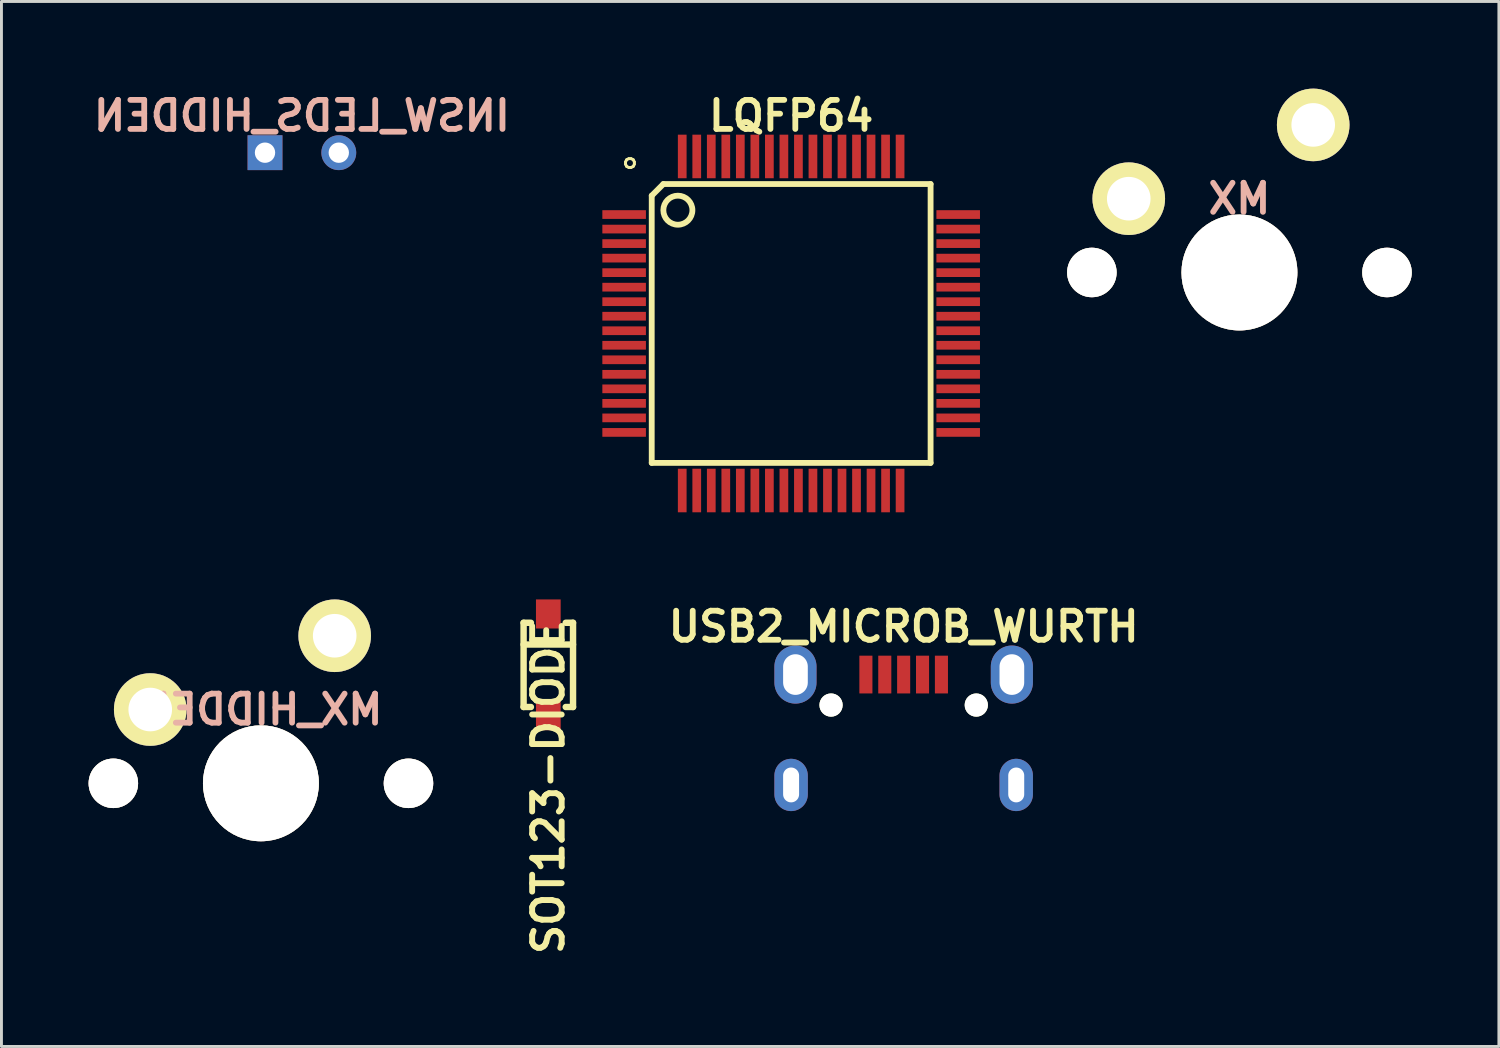
<source format=kicad_pcb>
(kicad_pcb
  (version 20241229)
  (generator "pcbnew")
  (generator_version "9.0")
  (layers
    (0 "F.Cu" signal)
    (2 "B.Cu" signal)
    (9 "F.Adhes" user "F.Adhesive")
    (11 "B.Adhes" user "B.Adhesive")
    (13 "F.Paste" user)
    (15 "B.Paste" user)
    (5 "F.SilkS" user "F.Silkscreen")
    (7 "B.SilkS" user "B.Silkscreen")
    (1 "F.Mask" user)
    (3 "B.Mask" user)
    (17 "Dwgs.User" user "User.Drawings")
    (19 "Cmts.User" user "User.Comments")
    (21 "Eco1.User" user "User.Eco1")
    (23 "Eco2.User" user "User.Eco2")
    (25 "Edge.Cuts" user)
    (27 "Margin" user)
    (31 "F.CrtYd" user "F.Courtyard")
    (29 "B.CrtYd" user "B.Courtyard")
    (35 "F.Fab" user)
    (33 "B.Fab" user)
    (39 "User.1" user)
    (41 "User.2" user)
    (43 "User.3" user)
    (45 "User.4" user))
  (footprint "MX"
    (layer "F.Cu")
    (at 39.618 6.33)
    (property "Reference" "MX" (at 0 -2.54 0) (layer "B.SilkS") (effects (font (size 1 1) (thickness 0.2)) (justify mirror)))
    (attr through_hole)
    (pad "" np_thru_hole circle (at -5.08 0) (size 1.704 1.704) (drill 1.702) (layers "*.Cu" "*.Mask" "F.SilkS"))
    (pad "" np_thru_hole circle (at 0 0) (size 3.99 3.99) (drill 3.988) (layers "*.Cu" "*.Mask" "F.SilkS"))
    (pad "" np_thru_hole circle (at 5.08 0) (size 1.704 1.704) (drill 1.702) (layers "*.Cu" "*.Mask" "F.SilkS"))
    (pad "1" thru_hole circle (at -3.81 -2.54) (size 2.499 2.499) (drill 1.501) (layers "*.Cu" "*.Mask" "F.SilkS"))
    (pad "2" thru_hole circle (at 2.54 -5.08) (size 2.499 2.499) (drill 1.501) (layers "*.Cu" "*.Mask" "F.SilkS")))
  (footprint "USB2_MICROB_WURTH"
    (layer "F.Cu")
    (at 28.059 25.772)
    (property "Reference" "USB2_MICROB_WURTH" (at 0 -7.25 0) (layer "F.SilkS") (effects (font (size 1 1) (thickness 0.2))))
    (attr smd)
    (pad "" thru_hole oval (at -3.875 -1.8) (size 1.15 1.8) (drill oval 0.55 1.2) (layers "*.Cu" "*.Mask" "F.Paste"))
    (pad "" thru_hole oval (at -3.725 -5.6) (size 1.45 2) (drill oval 0.85 1.4) (layers "*.Cu" "*.Mask" "F.Paste"))
    (pad "" np_thru_hole circle (at -2.5 -4.55) (size 0.8 0.8) (drill 0.8) (layers "*.Cu" "*.Mask" "F.SilkS"))
    (pad "" np_thru_hole circle (at 2.5 -4.55) (size 0.8 0.8) (drill 0.8) (layers "*.Cu" "*.Mask" "F.SilkS"))
    (pad "" thru_hole oval (at 3.725 -5.6) (size 1.45 2) (drill oval 0.85 1.4) (layers "*.Cu" "*.Mask" "F.Paste"))
    (pad "" thru_hole oval (at 3.875 -1.8) (size 1.15 1.8) (drill oval 0.55 1.2) (layers "*.Cu" "*.Mask" "F.Paste"))
    (pad "1" smd rect (at -1.3 -5.6) (size 0.45 1.3) (layers "F.Cu" "F.Mask" "F.Paste"))
    (pad "2" smd rect (at -0.65 -5.6) (size 0.45 1.3) (layers "F.Cu" "F.Mask" "F.Paste"))
    (pad "3" smd rect (at 0 -5.6) (size 0.45 1.3) (layers "F.Cu" "F.Mask" "F.Paste"))
    (pad "4" smd rect (at 0.65 -5.6) (size 0.45 1.3) (layers "F.Cu" "F.Mask" "F.Paste"))
    (pad "5" smd rect (at 1.3 -5.6) (size 0.45 1.3) (layers "F.Cu" "F.Mask" "F.Paste")))
  (footprint "MX_HIDDEN"
    (layer "F.Cu")
    (at 5.932 23.916)
    (property "Reference" "MX_HIDDEN" (at 0 -2.54 0) (layer "B.SilkS") (effects (font (size 1 1) (thickness 0.2)) (justify mirror)))
    (attr through_hole)
    (pad "" np_thru_hole circle (at -5.08 0) (size 1.704 1.704) (drill 1.702) (layers "*.Cu" "*.Mask" "F.SilkS"))
    (pad "" np_thru_hole circle (at 0 0) (size 3.99 3.99) (drill 3.988) (layers "*.Cu" "*.Mask" "F.SilkS"))
    (pad "" np_thru_hole circle (at 5.08 0) (size 1.704 1.704) (drill 1.702) (layers "*.Cu" "*.Mask" "F.SilkS"))
    (pad "1" thru_hole circle (at -3.81 -2.54) (size 2.499 2.499) (drill 1.501) (layers "*.Cu" "*.Mask" "F.SilkS"))
    (pad "2" thru_hole circle (at 2.54 -5.08) (size 2.499 2.499) (drill 1.501) (layers "*.Cu" "*.Mask" "F.SilkS")))
  (footprint "SOT123-DIODE"
    (layer "F.Cu")
    (at 15.826 19.839)
    (property "Reference" "SOT123-DIODE" (at 0 4.2 90) (layer "F.SilkS") (effects (font (size 1.016 1.016) (thickness 0.203))))
    (attr through_hole)
    (fp_line (start -0.851 -1.45) (end -0.599 -1.45) (stroke (width 0.221) (type solid)) (layer "F.SilkS"))
    (fp_line (start -0.851 -0.701) (end 0.851 -0.701) (stroke (width 0.221) (type solid)) (layer "F.SilkS"))
    (fp_line (start -0.851 1.45) (end -0.851 -1.45) (stroke (width 0.221) (type solid)) (layer "F.SilkS"))
    (fp_line (start -0.851 1.45) (end -0.599 1.45) (stroke (width 0.221) (type solid)) (layer "F.SilkS"))
    (fp_line (start 0.851 -1.45) (end 0.599 -1.45) (stroke (width 0.221) (type solid)) (layer "F.SilkS"))
    (fp_line (start 0.851 1.45) (end 0.599 1.45) (stroke (width 0.221) (type solid)) (layer "F.SilkS"))
    (fp_line (start 0.851 1.45) (end 0.851 -1.45) (stroke (width 0.221) (type solid)) (layer "F.SilkS"))
    (pad "1" smd rect (at 0 1.748 270) (size 1.001 0.851) (layers "F.Cu" "F.Mask" "F.Paste"))
    (pad "2" smd rect (at 0 -1.753 270) (size 1.001 0.851) (layers "F.Cu" "F.Mask" "F.Paste")))
  (footprint "LQFP64"
    (layer "F.Cu")
    (at 24.186 8.086)
    (property "Reference" "LQFP64" (at 0 -7.15 0) (layer "F.SilkS") (effects (font (size 1 1) (thickness 0.2))))
    (attr smd)
    (fp_line (start -4.8 -4.4) (end -4.4 -4.8) (stroke (width 0.2) (type solid)) (layer "F.SilkS"))
    (fp_line (start -4.8 4.8) (end -4.8 -4.4) (stroke (width 0.2) (type solid)) (layer "F.SilkS"))
    (fp_line (start -4.4 -4.8) (end 4.8 -4.8) (stroke (width 0.2) (type solid)) (layer "F.SilkS"))
    (fp_line (start 4.8 -4.8) (end 4.8 4.8) (stroke (width 0.2) (type solid)) (layer "F.SilkS"))
    (fp_line (start 4.8 4.8) (end -4.8 4.8) (stroke (width 0.2) (type solid)) (layer "F.SilkS"))
    (fp_circle (center -3.9 -3.9) (end -3.4 -3.9) (stroke (width 0.2) (type solid)) (fill no) (layer "F.SilkS"))
    (fp_text user "○" (at -5.55 -5.55 0) (layer "F.SilkS") (effects (font (size 0.4 0.4) (thickness 0.1))))
    (pad "1" smd rect (at -5.75 -3.75) (size 1.5 0.3) (layers "F.Cu" "F.Mask" "F.Paste"))
    (pad "2" smd rect (at -5.75 -3.25) (size 1.5 0.3) (layers "F.Cu" "F.Mask" "F.Paste"))
    (pad "3" smd rect (at -5.75 -2.75) (size 1.5 0.3) (layers "F.Cu" "F.Mask" "F.Paste"))
    (pad "4" smd rect (at -5.75 -2.25) (size 1.5 0.3) (layers "F.Cu" "F.Mask" "F.Paste"))
    (pad "5" smd rect (at -5.75 -1.75) (size 1.5 0.3) (layers "F.Cu" "F.Mask" "F.Paste"))
    (pad "6" smd rect (at -5.75 -1.25) (size 1.5 0.3) (layers "F.Cu" "F.Mask" "F.Paste"))
    (pad "7" smd rect (at -5.75 -0.75) (size 1.5 0.3) (layers "F.Cu" "F.Mask" "F.Paste"))
    (pad "8" smd rect (at -5.75 -0.25) (size 1.5 0.3) (layers "F.Cu" "F.Mask" "F.Paste"))
    (pad "9" smd rect (at -5.75 0.25) (size 1.5 0.3) (layers "F.Cu" "F.Mask" "F.Paste"))
    (pad "10" smd rect (at -5.75 0.75) (size 1.5 0.3) (layers "F.Cu" "F.Mask" "F.Paste"))
    (pad "11" smd rect (at -5.75 1.25) (size 1.5 0.3) (layers "F.Cu" "F.Mask" "F.Paste"))
    (pad "12" smd rect (at -5.75 1.75) (size 1.5 0.3) (layers "F.Cu" "F.Mask" "F.Paste"))
    (pad "13" smd rect (at -5.75 2.25) (size 1.5 0.3) (layers "F.Cu" "F.Mask" "F.Paste"))
    (pad "14" smd rect (at -5.75 2.75) (size 1.5 0.3) (layers "F.Cu" "F.Mask" "F.Paste"))
    (pad "15" smd rect (at -5.75 3.25) (size 1.5 0.3) (layers "F.Cu" "F.Mask" "F.Paste"))
    (pad "16" smd rect (at -5.75 3.75) (size 1.5 0.3) (layers "F.Cu" "F.Mask" "F.Paste"))
    (pad "17" smd rect (at -3.75 5.75 90) (size 1.5 0.3) (layers "F.Cu" "F.Mask" "F.Paste"))
    (pad "18" smd rect (at -3.25 5.75 90) (size 1.5 0.3) (layers "F.Cu" "F.Mask" "F.Paste"))
    (pad "19" smd rect (at -2.75 5.75 90) (size 1.5 0.3) (layers "F.Cu" "F.Mask" "F.Paste"))
    (pad "20" smd rect (at -2.25 5.75 90) (size 1.5 0.3) (layers "F.Cu" "F.Mask" "F.Paste"))
    (pad "21" smd rect (at -1.75 5.75 90) (size 1.5 0.3) (layers "F.Cu" "F.Mask" "F.Paste"))
    (pad "22" smd rect (at -1.25 5.75 90) (size 1.5 0.3) (layers "F.Cu" "F.Mask" "F.Paste"))
    (pad "23" smd rect (at -0.75 5.75 90) (size 1.5 0.3) (layers "F.Cu" "F.Mask" "F.Paste"))
    (pad "24" smd rect (at -0.25 5.75 90) (size 1.5 0.3) (layers "F.Cu" "F.Mask" "F.Paste"))
    (pad "25" smd rect (at 0.25 5.75 90) (size 1.5 0.3) (layers "F.Cu" "F.Mask" "F.Paste"))
    (pad "26" smd rect (at 0.75 5.75 90) (size 1.5 0.3) (layers "F.Cu" "F.Mask" "F.Paste"))
    (pad "27" smd rect (at 1.25 5.75 90) (size 1.5 0.3) (layers "F.Cu" "F.Mask" "F.Paste"))
    (pad "28" smd rect (at 1.75 5.75 90) (size 1.5 0.3) (layers "F.Cu" "F.Mask" "F.Paste"))
    (pad "29" smd rect (at 2.25 5.75 90) (size 1.5 0.3) (layers "F.Cu" "F.Mask" "F.Paste"))
    (pad "30" smd rect (at 2.75 5.75 90) (size 1.5 0.3) (layers "F.Cu" "F.Mask" "F.Paste"))
    (pad "31" smd rect (at 3.25 5.75 90) (size 1.5 0.3) (layers "F.Cu" "F.Mask" "F.Paste"))
    (pad "32" smd rect (at 3.75 5.75 90) (size 1.5 0.3) (layers "F.Cu" "F.Mask" "F.Paste"))
    (pad "33" smd rect (at 5.75 3.75) (size 1.5 0.3) (layers "F.Cu" "F.Mask" "F.Paste"))
    (pad "34" smd rect (at 5.75 3.25) (size 1.5 0.3) (layers "F.Cu" "F.Mask" "F.Paste"))
    (pad "35" smd rect (at 5.75 2.75) (size 1.5 0.3) (layers "F.Cu" "F.Mask" "F.Paste"))
    (pad "36" smd rect (at 5.75 2.25) (size 1.5 0.3) (layers "F.Cu" "F.Mask" "F.Paste"))
    (pad "37" smd rect (at 5.75 1.75) (size 1.5 0.3) (layers "F.Cu" "F.Mask" "F.Paste"))
    (pad "38" smd rect (at 5.75 1.25) (size 1.5 0.3) (layers "F.Cu" "F.Mask" "F.Paste"))
    (pad "39" smd rect (at 5.75 0.75) (size 1.5 0.3) (layers "F.Cu" "F.Mask" "F.Paste"))
    (pad "40" smd rect (at 5.75 0.25) (size 1.5 0.3) (layers "F.Cu" "F.Mask" "F.Paste"))
    (pad "41" smd rect (at 5.75 -0.25) (size 1.5 0.3) (layers "F.Cu" "F.Mask" "F.Paste"))
    (pad "42" smd rect (at 5.75 -0.75) (size 1.5 0.3) (layers "F.Cu" "F.Mask" "F.Paste"))
    (pad "43" smd rect (at 5.75 -1.25) (size 1.5 0.3) (layers "F.Cu" "F.Mask" "F.Paste"))
    (pad "44" smd rect (at 5.75 -1.75) (size 1.5 0.3) (layers "F.Cu" "F.Mask" "F.Paste"))
    (pad "45" smd rect (at 5.75 -2.25) (size 1.5 0.3) (layers "F.Cu" "F.Mask" "F.Paste"))
    (pad "46" smd rect (at 5.75 -2.75) (size 1.5 0.3) (layers "F.Cu" "F.Mask" "F.Paste"))
    (pad "47" smd rect (at 5.75 -3.25) (size 1.5 0.3) (layers "F.Cu" "F.Mask" "F.Paste"))
    (pad "48" smd rect (at 5.75 -3.75) (size 1.5 0.3) (layers "F.Cu" "F.Mask" "F.Paste"))
    (pad "49" smd rect (at 3.75 -5.75 90) (size 1.5 0.3) (layers "F.Cu" "F.Mask" "F.Paste"))
    (pad "50" smd rect (at 3.25 -5.75 90) (size 1.5 0.3) (layers "F.Cu" "F.Mask" "F.Paste"))
    (pad "51" smd rect (at 2.75 -5.75 90) (size 1.5 0.3) (layers "F.Cu" "F.Mask" "F.Paste"))
    (pad "52" smd rect (at 2.25 -5.75 90) (size 1.5 0.3) (layers "F.Cu" "F.Mask" "F.Paste"))
    (pad "53" smd rect (at 1.75 -5.75 90) (size 1.5 0.3) (layers "F.Cu" "F.Mask" "F.Paste"))
    (pad "54" smd rect (at 1.25 -5.75 90) (size 1.5 0.3) (layers "F.Cu" "F.Mask" "F.Paste"))
    (pad "55" smd rect (at 0.75 -5.75 90) (size 1.5 0.3) (layers "F.Cu" "F.Mask" "F.Paste"))
    (pad "56" smd rect (at 0.25 -5.75 90) (size 1.5 0.3) (layers "F.Cu" "F.Mask" "F.Paste"))
    (pad "57" smd rect (at -0.25 -5.75 90) (size 1.5 0.3) (layers "F.Cu" "F.Mask" "F.Paste"))
    (pad "58" smd rect (at -0.75 -5.75 90) (size 1.5 0.3) (layers "F.Cu" "F.Mask" "F.Paste"))
    (pad "59" smd rect (at -1.25 -5.75 90) (size 1.5 0.3) (layers "F.Cu" "F.Mask" "F.Paste"))
    (pad "60" smd rect (at -1.75 -5.75 90) (size 1.5 0.3) (layers "F.Cu" "F.Mask" "F.Paste"))
    (pad "61" smd rect (at -2.25 -5.75 90) (size 1.5 0.3) (layers "F.Cu" "F.Mask" "F.Paste"))
    (pad "62" smd rect (at -2.75 -5.75 90) (size 1.5 0.3) (layers "F.Cu" "F.Mask" "F.Paste"))
    (pad "63" smd rect (at -3.25 -5.75 90) (size 1.5 0.3) (layers "F.Cu" "F.Mask" "F.Paste"))
    (pad "64" smd rect (at -3.75 -5.75 90) (size 1.5 0.3) (layers "F.Cu" "F.Mask" "F.Paste")))
  (footprint "INSW_LEDS_HIDDEN"
    (layer "F.Cu")
    (at 7.343 2.206)
    (property "Reference" "INSW_LEDS_HIDDEN" (at 0 -1.27 0) (layer "B.SilkS") (effects (font (size 1 1) (thickness 0.2)) (justify mirror)))
    (attr through_hole)
    (pad "1" thru_hole rect (at -1.27 0) (size 1.2 1.2) (drill 0.7) (layers "*.Cu" "*.Mask"))
    (pad "2" thru_hole circle (at 1.27 0) (size 1.2 1.2) (drill 0.7) (layers "*.Cu" "*.Mask")))
  (gr_rect
    (start -3 -3)
    (end 48.55 32.975)
    (stroke (width 0.1) (type default))
    (fill no)
    (layer "Edge.Cuts")))
</source>
